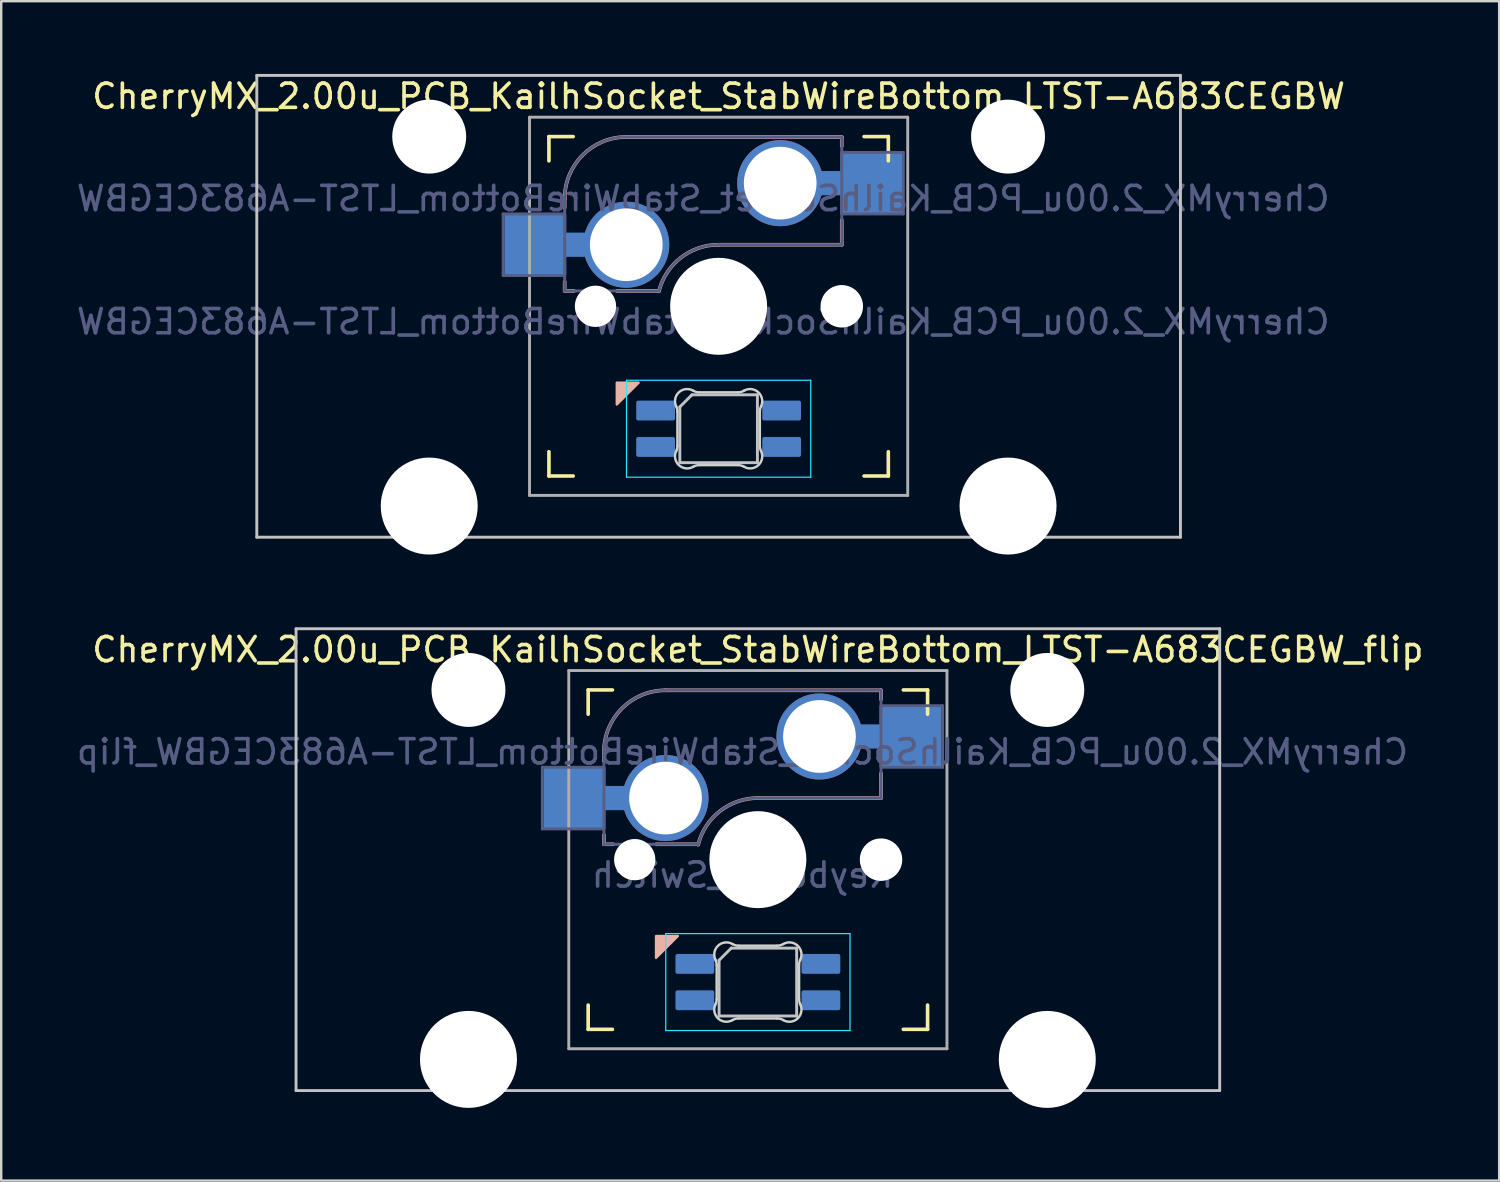
<source format=kicad_pcb>
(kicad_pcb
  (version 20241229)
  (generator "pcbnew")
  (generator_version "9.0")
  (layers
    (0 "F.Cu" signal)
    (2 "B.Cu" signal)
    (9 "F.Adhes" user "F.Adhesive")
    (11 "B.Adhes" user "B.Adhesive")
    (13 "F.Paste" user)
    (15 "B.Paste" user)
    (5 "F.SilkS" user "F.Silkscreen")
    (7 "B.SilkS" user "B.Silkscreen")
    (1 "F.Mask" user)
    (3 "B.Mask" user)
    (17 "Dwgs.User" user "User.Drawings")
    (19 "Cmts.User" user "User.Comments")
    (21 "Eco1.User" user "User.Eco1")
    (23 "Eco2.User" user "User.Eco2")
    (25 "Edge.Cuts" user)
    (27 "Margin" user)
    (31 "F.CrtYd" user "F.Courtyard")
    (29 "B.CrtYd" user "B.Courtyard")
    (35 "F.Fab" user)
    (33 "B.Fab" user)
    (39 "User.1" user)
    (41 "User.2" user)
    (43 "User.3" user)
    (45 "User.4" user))
  (footprint "CherryMX_2.00u_PCB_KailhSocket_StabWireBottom_LTST-A683CEGBW_flip"
    (layer "F.Cu")
    (at 28.212 32.41)
    (property "Reference" "CherryMX_2.00u_PCB_KailhSocket_StabWireBottom_LTST-A683CEGBW_flip" (at 0 -8.662 0) (layer "F.SilkS") (effects (font (size 1 1) (thickness 0.15))))
    (property "Value" "Keyboard_Switch" (at 0 8.662 0) (layer "F.Fab") (hide yes) (effects (font (size 1 1) (thickness 0.15))))
    (attr through_hole)
    (fp_line (start -7 -6) (end -7 -7) (stroke (width 0.15) (type solid)) (layer "F.SilkS"))
    (fp_line (start -7 7) (end -7 6) (stroke (width 0.15) (type solid)) (layer "F.SilkS"))
    (fp_line (start -7 7) (end -6 7) (stroke (width 0.15) (type solid)) (layer "F.SilkS"))
    (fp_line (start -6 -7) (end -7 -7) (stroke (width 0.15) (type solid)) (layer "F.SilkS"))
    (fp_line (start 6 7) (end 7 7) (stroke (width 0.15) (type solid)) (layer "F.SilkS"))
    (fp_line (start 7 -7) (end 6 -7) (stroke (width 0.15) (type solid)) (layer "F.SilkS"))
    (fp_line (start 7 -7) (end 7 -6) (stroke (width 0.15) (type solid)) (layer "F.SilkS"))
    (fp_line (start 7 6) (end 7 7) (stroke (width 0.15) (type solid)) (layer "F.SilkS"))
    (fp_line (start -6.35 -4.445) (end -6.35 -4.064) (stroke (width 0.15) (type solid)) (layer "B.SilkS"))
    (fp_line (start -6.35 -1.016) (end -6.35 -0.635) (stroke (width 0.15) (type solid)) (layer "B.SilkS"))
    (fp_line (start -5.969 -0.635) (end -6.35 -0.635) (stroke (width 0.15) (type solid)) (layer "B.SilkS"))
    (fp_line (start -3.81 -6.985) (end 5.08 -6.985) (stroke (width 0.15) (type solid)) (layer "B.SilkS"))
    (fp_line (start -2.464 -0.635) (end -4.191 -0.635) (stroke (width 0.15) (type solid)) (layer "B.SilkS"))
    (fp_line (start 5.08 -6.985) (end 5.08 -6.604) (stroke (width 0.15) (type solid)) (layer "B.SilkS"))
    (fp_line (start 5.08 -3.556) (end 5.08 -2.54) (stroke (width 0.15) (type solid)) (layer "B.SilkS"))
    (fp_line (start 5.08 -2.54) (end 0 -2.54) (stroke (width 0.15) (type solid)) (layer "B.SilkS"))
    (fp_arc (start -6.35 -4.445) (mid -5.606051 -6.241051) (end -3.81 -6.985) (stroke (width 0.15) (type solid)) (layer "B.SilkS"))
    (fp_arc (start -2.464162 -0.61604) (mid -1.563147 -2.002042) (end 0 -2.54) (stroke (width 0.15) (type solid)) (layer "B.SilkS"))
    (fp_poly (pts (xy -4.2 4.05) (xy -3.3 3.15) (xy -4.2 3.15)) (stroke (width 0.1) (type solid)) (fill yes) (layer "B.SilkS"))
    (fp_line (start -19.05 -9.525) (end 19.05 -9.525) (stroke (width 0.12) (type solid)) (layer "Dwgs.User"))
    (fp_line (start -19.05 9.525) (end -19.05 -9.525) (stroke (width 0.12) (type solid)) (layer "Dwgs.User"))
    (fp_line (start -1.6 4.15) (end -1.6 6.45) (stroke (width 0.12) (type solid)) (layer "Dwgs.User"))
    (fp_line (start -1.6 4.15) (end -1.1 3.65) (stroke (width 0.12) (type solid)) (layer "Dwgs.User"))
    (fp_line (start -1.6 6.45) (end 1.6 6.45) (stroke (width 0.12) (type solid)) (layer "Dwgs.User"))
    (fp_line (start 1.6 3.65) (end -1.1 3.65) (stroke (width 0.12) (type solid)) (layer "Dwgs.User"))
    (fp_line (start 1.6 6.45) (end 1.6 3.65) (stroke (width 0.12) (type solid)) (layer "Dwgs.User"))
    (fp_line (start 19.05 -9.525) (end 19.05 9.525) (stroke (width 0.12) (type solid)) (layer "Dwgs.User"))
    (fp_line (start 19.05 9.525) (end -19.05 9.525) (stroke (width 0.12) (type solid)) (layer "Dwgs.User"))
    (fp_line (start -6.9 6.9) (end -6.9 -6.9) (stroke (width 0.15) (type solid)) (layer "Eco2.User"))
    (fp_line (start -6.9 6.9) (end 6.9 6.9) (stroke (width 0.15) (type solid)) (layer "Eco2.User"))
    (fp_line (start 6.9 -6.9) (end -6.9 -6.9) (stroke (width 0.15) (type solid)) (layer "Eco2.User"))
    (fp_line (start 6.9 -6.9) (end 6.9 6.9) (stroke (width 0.15) (type solid)) (layer "Eco2.User"))
    (fp_line (start -1.7 5.753) (end -1.7 4.347) (stroke (width 0.1) (type solid)) (layer "Edge.Cuts"))
    (fp_line (start -0.794 3.55) (end 0.794 3.55) (stroke (width 0.1) (type solid)) (layer "Edge.Cuts"))
    (fp_line (start 0.794 6.55) (end -0.794 6.55) (stroke (width 0.1) (type solid)) (layer "Edge.Cuts"))
    (fp_line (start 1.7 4.347) (end 1.7 5.753) (stroke (width 0.1) (type solid)) (layer "Edge.Cuts"))
    (fp_arc (start -1.749484 4.13028) (mid -1.712527 4.235932) (end -1.699999 4.347158) (stroke (width 0.1) (type solid)) (layer "Edge.Cuts"))
    (fp_arc (start -1.749484 4.130281) (mid -1.638072 3.545965) (end -1.046711 3.481701) (stroke (width 0.1) (type solid)) (layer "Edge.Cuts"))
    (fp_arc (start -1.699999 5.752843) (mid -1.712527 5.864068) (end -1.749484 5.96972) (stroke (width 0.1) (type solid)) (layer "Edge.Cuts"))
    (fp_arc (start -1.046711 6.618298) (mid -1.638071 6.554034) (end -1.749484 5.96972) (stroke (width 0.1) (type solid)) (layer "Edge.Cuts"))
    (fp_arc (start -1.046711 6.618298) (mid -0.925123 6.567376) (end -0.794453 6.549999) (stroke (width 0.1) (type solid)) (layer "Edge.Cuts"))
    (fp_arc (start -0.794452 3.55) (mid -0.925123 3.532623) (end -1.046711 3.481701) (stroke (width 0.1) (type solid)) (layer "Edge.Cuts"))
    (fp_arc (start 0.794453 6.55) (mid 0.925123 6.567377) (end 1.046711 6.618299) (stroke (width 0.1) (type solid)) (layer "Edge.Cuts"))
    (fp_arc (start 1.04671 3.481701) (mid 0.925122 3.532623) (end 0.794452 3.55) (stroke (width 0.1) (type solid)) (layer "Edge.Cuts"))
    (fp_arc (start 1.046711 3.481703) (mid 1.63807 3.545966) (end 1.749484 4.13028) (stroke (width 0.1) (type solid)) (layer "Edge.Cuts"))
    (fp_arc (start 1.699999 4.347157) (mid 1.712527 4.235932) (end 1.749484 4.13028) (stroke (width 0.1) (type solid)) (layer "Edge.Cuts"))
    (fp_arc (start 1.749484 5.96972) (mid 1.638071 6.554035) (end 1.046711 6.618299) (stroke (width 0.1) (type solid)) (layer "Edge.Cuts"))
    (fp_arc (start 1.749484 5.96972) (mid 1.712527 5.864068) (end 1.699999 5.752842) (stroke (width 0.1) (type solid)) (layer "Edge.Cuts"))
    (fp_line (start -3.8 3.05) (end -3.8 7.05) (stroke (width 0.05) (type solid)) (layer "B.CrtYd"))
    (fp_line (start -3.8 7.05) (end 3.8 7.05) (stroke (width 0.05) (type solid)) (layer "B.CrtYd"))
    (fp_line (start 3.8 3.05) (end -3.8 3.05) (stroke (width 0.05) (type solid)) (layer "B.CrtYd"))
    (fp_line (start 3.8 7.05) (end 3.8 3.05) (stroke (width 0.05) (type solid)) (layer "B.CrtYd"))
    (fp_line (start -8.89 -3.81) (end -6.35 -3.81) (stroke (width 0.12) (type solid)) (layer "B.Fab"))
    (fp_line (start -8.89 -1.27) (end -8.89 -3.81) (stroke (width 0.12) (type solid)) (layer "B.Fab"))
    (fp_line (start -6.35 -1.27) (end -8.89 -1.27) (stroke (width 0.12) (type solid)) (layer "B.Fab"))
    (fp_line (start -6.35 -0.635) (end -6.35 -4.445) (stroke (width 0.12) (type solid)) (layer "B.Fab"))
    (fp_line (start -6.35 -0.635) (end -2.54 -0.635) (stroke (width 0.12) (type solid)) (layer "B.Fab"))
    (fp_line (start -3.81 -6.985) (end 5.08 -6.985) (stroke (width 0.12) (type solid)) (layer "B.Fab"))
    (fp_line (start 5.08 -6.985) (end 5.08 -2.54) (stroke (width 0.12) (type solid)) (layer "B.Fab"))
    (fp_line (start 5.08 -6.35) (end 7.62 -6.35) (stroke (width 0.12) (type solid)) (layer "B.Fab"))
    (fp_line (start 5.08 -2.54) (end 0 -2.54) (stroke (width 0.12) (type solid)) (layer "B.Fab"))
    (fp_line (start 7.62 -6.35) (end 7.62 -3.81) (stroke (width 0.12) (type solid)) (layer "B.Fab"))
    (fp_line (start 7.62 -3.81) (end 5.08 -3.81) (stroke (width 0.12) (type solid)) (layer "B.Fab"))
    (fp_arc (start -6.35 -4.445) (mid -5.606051 -6.241051) (end -3.81 -6.985) (stroke (width 0.12) (type solid)) (layer "B.Fab"))
    (fp_arc (start -2.464162 -0.61604) (mid -1.563147 -2.002042) (end 0 -2.54) (stroke (width 0.12) (type solid)) (layer "B.Fab"))
    (fp_line (start -7.8 -7.8) (end -7.8 7.8) (stroke (width 0.12) (type solid)) (layer "F.Fab"))
    (fp_line (start -7.8 -7.8) (end 7.8 -7.8) (stroke (width 0.12) (type solid)) (layer "F.Fab"))
    (fp_line (start -7.8 7.8) (end 7.8 7.8) (stroke (width 0.12) (type solid)) (layer "F.Fab"))
    (fp_line (start 7.8 -7.8) (end 7.8 7.8) (stroke (width 0.12) (type solid)) (layer "F.Fab"))
    (fp_text user "${VALUE}" (at -0.635 0.635 0) (layer "B.Fab") (effects (font (size 1 1) (thickness 0.15)) (justify mirror)))
    (fp_text user "${REFERENCE}" (at -0.635 -4.445 0) (layer "B.Fab") (effects (font (size 1 1) (thickness 0.15)) (justify mirror)))
    (pad "" np_thru_hole circle (at -11.938 -7) (size 3.05 3.05) (drill 3.05) (layers "*.Cu" "*.Mask"))
    (pad "" np_thru_hole circle (at -11.938 8.24) (size 4 4) (drill 4) (layers "*.Cu" "*.Mask"))
    (pad "" np_thru_hole circle (at -5.08 0) (size 1.702 1.702) (drill 1.702) (layers "*.Cu" "*.Mask"))
    (pad "" np_thru_hole circle (at 0 0) (size 4 4) (drill 4) (layers "*.Cu" "*.Mask"))
    (pad "" np_thru_hole circle (at 5.08 0) (size 1.702 1.702) (drill 1.702) (layers "*.Cu" "*.Mask"))
    (pad "" np_thru_hole circle (at 5.08 0) (size 1.75 1.75) (drill 1.75) (layers "*.Cu" "*.Mask"))
    (pad "" np_thru_hole circle (at 11.938 -7) (size 3.05 3.05) (drill 3.05) (layers "*.Cu" "*.Mask"))
    (pad "" np_thru_hole circle (at 11.938 8.24) (size 4 4) (drill 4) (layers "*.Cu" "*.Mask"))
    (pad "1" thru_hole circle (at 2.54 -5.08) (size 3.55 3.55) (drill 3) (layers "*.Cu"))
    (pad "1" connect rect (at 5.015 -5.08 270) (size 1 2.5) (layers "B.Cu"))
    (pad "1" smd rect (at 6.29 -5.08) (size 2.55 2.5) (layers "B.Cu" "B.Mask" "B.Paste"))
    (pad "2" smd rect (at -7.56 -2.54) (size 2.55 2.5) (layers "B.Cu" "B.Mask" "B.Paste"))
    (pad "2" connect rect (at -5.715 -2.54 90) (size 1 2.5) (layers "B.Cu"))
    (pad "2" thru_hole circle (at -3.81 -2.54) (size 3.55 3.55) (drill 3) (layers "*.Cu"))
    (pad "3" smd roundrect (at -2.6 4.3 90) (size 0.82 1.6) (layers "B.Cu" "B.Mask" "B.Paste") (roundrect_rratio 0.1))
    (pad "4" smd roundrect (at -2.6 5.8 90) (size 0.82 1.6) (layers "B.Cu" "B.Mask" "B.Paste") (roundrect_rratio 0.1))
    (pad "5" smd roundrect (at 2.6 4.3 90) (size 0.82 1.6) (layers "B.Cu" "B.Mask" "B.Paste") (roundrect_rratio 0.1))
    (pad "6" smd roundrect (at 2.6 5.8 90) (size 0.82 1.6) (layers "B.Cu" "B.Mask" "B.Paste") (roundrect_rratio 0.1)))
  (footprint "CherryMX_2.00u_PCB_KailhSocket_StabWireBottom_LTST-A683CEGBW"
    (layer "F.Cu")
    (at 26.593 9.585)
    (property "Reference" "CherryMX_2.00u_PCB_KailhSocket_StabWireBottom_LTST-A683CEGBW" (at 0 -8.662 0) (layer "F.SilkS") (effects (font (size 1 1) (thickness 0.15))))
    (property "Value" "CherryMX_2.00u_PCB_KailhSocket_StabWireBottom_LTST-A683CEGBW" (at 0 8.662 0) (layer "F.Fab") (hide yes) (effects (font (size 1 1) (thickness 0.15))))
    (attr through_hole)
    (fp_line (start -7 -6) (end -7 -7) (stroke (width 0.15) (type solid)) (layer "F.SilkS"))
    (fp_line (start -7 7) (end -7 6) (stroke (width 0.15) (type solid)) (layer "F.SilkS"))
    (fp_line (start -7 7) (end -6 7) (stroke (width 0.15) (type solid)) (layer "F.SilkS"))
    (fp_line (start -6 -7) (end -7 -7) (stroke (width 0.15) (type solid)) (layer "F.SilkS"))
    (fp_line (start 6 7) (end 7 7) (stroke (width 0.15) (type solid)) (layer "F.SilkS"))
    (fp_line (start 7 -7) (end 6 -7) (stroke (width 0.15) (type solid)) (layer "F.SilkS"))
    (fp_line (start 7 -7) (end 7 -6) (stroke (width 0.15) (type solid)) (layer "F.SilkS"))
    (fp_line (start 7 6) (end 7 7) (stroke (width 0.15) (type solid)) (layer "F.SilkS"))
    (fp_line (start -6.35 -4.445) (end -6.35 -4.064) (stroke (width 0.15) (type solid)) (layer "B.SilkS"))
    (fp_line (start -6.35 -1.016) (end -6.35 -0.635) (stroke (width 0.15) (type solid)) (layer "B.SilkS"))
    (fp_line (start -5.969 -0.635) (end -6.35 -0.635) (stroke (width 0.15) (type solid)) (layer "B.SilkS"))
    (fp_line (start -3.81 -6.985) (end 5.08 -6.985) (stroke (width 0.15) (type solid)) (layer "B.SilkS"))
    (fp_line (start -2.464 -0.635) (end -4.191 -0.635) (stroke (width 0.15) (type solid)) (layer "B.SilkS"))
    (fp_line (start 5.08 -6.985) (end 5.08 -6.604) (stroke (width 0.15) (type solid)) (layer "B.SilkS"))
    (fp_line (start 5.08 -3.556) (end 5.08 -2.54) (stroke (width 0.15) (type solid)) (layer "B.SilkS"))
    (fp_line (start 5.08 -2.54) (end 0 -2.54) (stroke (width 0.15) (type solid)) (layer "B.SilkS"))
    (fp_arc (start -6.35 -4.445) (mid -5.606051 -6.241051) (end -3.81 -6.985) (stroke (width 0.15) (type solid)) (layer "B.SilkS"))
    (fp_arc (start -2.464162 -0.61604) (mid -1.563147 -2.002042) (end 0 -2.54) (stroke (width 0.15) (type solid)) (layer "B.SilkS"))
    (fp_poly (pts (xy -4.2 4.05) (xy -3.3 3.15) (xy -4.2 3.15)) (stroke (width 0.1) (type solid)) (fill yes) (layer "B.SilkS"))
    (fp_line (start -19.05 -9.525) (end 19.05 -9.525) (stroke (width 0.12) (type solid)) (layer "Dwgs.User"))
    (fp_line (start -19.05 9.525) (end -19.05 -9.525) (stroke (width 0.12) (type solid)) (layer "Dwgs.User"))
    (fp_line (start -1.6 4.15) (end -1.6 6.45) (stroke (width 0.12) (type solid)) (layer "Dwgs.User"))
    (fp_line (start -1.6 4.15) (end -1.1 3.65) (stroke (width 0.12) (type solid)) (layer "Dwgs.User"))
    (fp_line (start -1.6 6.45) (end 1.6 6.45) (stroke (width 0.12) (type solid)) (layer "Dwgs.User"))
    (fp_line (start 1.6 3.65) (end -1.1 3.65) (stroke (width 0.12) (type solid)) (layer "Dwgs.User"))
    (fp_line (start 1.6 6.45) (end 1.6 3.65) (stroke (width 0.12) (type solid)) (layer "Dwgs.User"))
    (fp_line (start 19.05 -9.525) (end 19.05 9.525) (stroke (width 0.12) (type solid)) (layer "Dwgs.User"))
    (fp_line (start 19.05 9.525) (end -19.05 9.525) (stroke (width 0.12) (type solid)) (layer "Dwgs.User"))
    (fp_line (start -6.9 6.9) (end -6.9 -6.9) (stroke (width 0.15) (type solid)) (layer "Eco2.User"))
    (fp_line (start -6.9 6.9) (end 6.9 6.9) (stroke (width 0.15) (type solid)) (layer "Eco2.User"))
    (fp_line (start 6.9 -6.9) (end -6.9 -6.9) (stroke (width 0.15) (type solid)) (layer "Eco2.User"))
    (fp_line (start 6.9 -6.9) (end 6.9 6.9) (stroke (width 0.15) (type solid)) (layer "Eco2.User"))
    (fp_line (start -1.7 5.753) (end -1.7 4.347) (stroke (width 0.1) (type solid)) (layer "Edge.Cuts"))
    (fp_line (start -0.794 3.55) (end 0.794 3.55) (stroke (width 0.1) (type solid)) (layer "Edge.Cuts"))
    (fp_line (start 0.794 6.55) (end -0.794 6.55) (stroke (width 0.1) (type solid)) (layer "Edge.Cuts"))
    (fp_line (start 1.7 4.347) (end 1.7 5.753) (stroke (width 0.1) (type solid)) (layer "Edge.Cuts"))
    (fp_arc (start -1.749484 4.13028) (mid -1.712527 4.235932) (end -1.699999 4.347158) (stroke (width 0.1) (type solid)) (layer "Edge.Cuts"))
    (fp_arc (start -1.749484 4.130281) (mid -1.638072 3.545965) (end -1.046711 3.481701) (stroke (width 0.1) (type solid)) (layer "Edge.Cuts"))
    (fp_arc (start -1.699999 5.752843) (mid -1.712527 5.864068) (end -1.749484 5.96972) (stroke (width 0.1) (type solid)) (layer "Edge.Cuts"))
    (fp_arc (start -1.046711 6.618298) (mid -1.63807 6.554034) (end -1.749484 5.96972) (stroke (width 0.1) (type solid)) (layer "Edge.Cuts"))
    (fp_arc (start -1.046711 6.618298) (mid -0.925123 6.567376) (end -0.794453 6.549999) (stroke (width 0.1) (type solid)) (layer "Edge.Cuts"))
    (fp_arc (start -0.794452 3.55) (mid -0.925123 3.532623) (end -1.046711 3.481701) (stroke (width 0.1) (type solid)) (layer "Edge.Cuts"))
    (fp_arc (start 0.794453 6.55) (mid 0.925123 6.567377) (end 1.046711 6.618299) (stroke (width 0.1) (type solid)) (layer "Edge.Cuts"))
    (fp_arc (start 1.04671 3.481701) (mid 0.925122 3.532623) (end 0.794452 3.55) (stroke (width 0.1) (type solid)) (layer "Edge.Cuts"))
    (fp_arc (start 1.046711 3.481703) (mid 1.63807 3.545966) (end 1.749484 4.13028) (stroke (width 0.1) (type solid)) (layer "Edge.Cuts"))
    (fp_arc (start 1.699999 4.347157) (mid 1.712527 4.235932) (end 1.749484 4.13028) (stroke (width 0.1) (type solid)) (layer "Edge.Cuts"))
    (fp_arc (start 1.749484 5.96972) (mid 1.638071 6.554035) (end 1.046711 6.618299) (stroke (width 0.1) (type solid)) (layer "Edge.Cuts"))
    (fp_arc (start 1.749484 5.96972) (mid 1.712527 5.864068) (end 1.699999 5.752842) (stroke (width 0.1) (type solid)) (layer "Edge.Cuts"))
    (fp_line (start -3.8 3.05) (end -3.8 7.05) (stroke (width 0.05) (type solid)) (layer "B.CrtYd"))
    (fp_line (start -3.8 7.05) (end 3.8 7.05) (stroke (width 0.05) (type solid)) (layer "B.CrtYd"))
    (fp_line (start 3.8 3.05) (end -3.8 3.05) (stroke (width 0.05) (type solid)) (layer "B.CrtYd"))
    (fp_line (start 3.8 7.05) (end 3.8 3.05) (stroke (width 0.05) (type solid)) (layer "B.CrtYd"))
    (fp_line (start -8.89 -3.81) (end -6.35 -3.81) (stroke (width 0.12) (type solid)) (layer "B.Fab"))
    (fp_line (start -8.89 -1.27) (end -8.89 -3.81) (stroke (width 0.12) (type solid)) (layer "B.Fab"))
    (fp_line (start -6.35 -1.27) (end -8.89 -1.27) (stroke (width 0.12) (type solid)) (layer "B.Fab"))
    (fp_line (start -6.35 -0.635) (end -6.35 -4.445) (stroke (width 0.12) (type solid)) (layer "B.Fab"))
    (fp_line (start -6.35 -0.635) (end -2.54 -0.635) (stroke (width 0.12) (type solid)) (layer "B.Fab"))
    (fp_line (start -3.81 -6.985) (end 5.08 -6.985) (stroke (width 0.12) (type solid)) (layer "B.Fab"))
    (fp_line (start 5.08 -6.985) (end 5.08 -2.54) (stroke (width 0.12) (type solid)) (layer "B.Fab"))
    (fp_line (start 5.08 -6.35) (end 7.62 -6.35) (stroke (width 0.12) (type solid)) (layer "B.Fab"))
    (fp_line (start 5.08 -2.54) (end 0 -2.54) (stroke (width 0.12) (type solid)) (layer "B.Fab"))
    (fp_line (start 7.62 -6.35) (end 7.62 -3.81) (stroke (width 0.12) (type solid)) (layer "B.Fab"))
    (fp_line (start 7.62 -3.81) (end 5.08 -3.81) (stroke (width 0.12) (type solid)) (layer "B.Fab"))
    (fp_arc (start -6.35 -4.445) (mid -5.606051 -6.241051) (end -3.81 -6.985) (stroke (width 0.12) (type solid)) (layer "B.Fab"))
    (fp_arc (start -2.464162 -0.61604) (mid -1.563147 -2.002042) (end 0 -2.54) (stroke (width 0.12) (type solid)) (layer "B.Fab"))
    (fp_line (start -7.8 -7.8) (end -7.8 7.8) (stroke (width 0.12) (type solid)) (layer "F.Fab"))
    (fp_line (start -7.8 -7.8) (end 7.8 -7.8) (stroke (width 0.12) (type solid)) (layer "F.Fab"))
    (fp_line (start -7.8 7.8) (end 7.8 7.8) (stroke (width 0.12) (type solid)) (layer "F.Fab"))
    (fp_line (start 7.8 -7.8) (end 7.8 7.8) (stroke (width 0.12) (type solid)) (layer "F.Fab"))
    (fp_text user "${VALUE}" (at -0.635 0.635 0) (layer "B.Fab") (effects (font (size 1 1) (thickness 0.15)) (justify mirror)))
    (fp_text user "${REFERENCE}" (at -0.635 -4.445 0) (layer "B.Fab") (effects (font (size 1 1) (thickness 0.15)) (justify mirror)))
    (pad "" np_thru_hole circle (at -11.938 -7) (size 3.05 3.05) (drill 3.05) (layers "*.Cu" "*.Mask"))
    (pad "" np_thru_hole circle (at -11.938 8.24) (size 4 4) (drill 4) (layers "*.Cu" "*.Mask"))
    (pad "" np_thru_hole circle (at -5.08 0) (size 1.702 1.702) (drill 1.702) (layers "*.Cu" "*.Mask"))
    (pad "" np_thru_hole circle (at 0 0) (size 4 4) (drill 4) (layers "*.Cu" "*.Mask"))
    (pad "" np_thru_hole circle (at 5.08 0) (size 1.702 1.702) (drill 1.702) (layers "*.Cu" "*.Mask"))
    (pad "" np_thru_hole circle (at 5.08 0) (size 1.75 1.75) (drill 1.75) (layers "*.Cu" "*.Mask"))
    (pad "" np_thru_hole circle (at 11.938 -7) (size 3.05 3.05) (drill 3.05) (layers "*.Cu" "*.Mask"))
    (pad "" np_thru_hole circle (at 11.938 8.24) (size 4 4) (drill 4) (layers "*.Cu" "*.Mask"))
    (pad "1" smd rect (at -7.56 -2.54) (size 2.55 2.5) (layers "B.Cu" "B.Mask" "B.Paste"))
    (pad "1" connect rect (at -5.715 -2.54 90) (size 1 2.5) (layers "B.Cu"))
    (pad "1" thru_hole circle (at -3.81 -2.54) (size 3.55 3.55) (drill 3) (layers "*.Cu"))
    (pad "2" thru_hole circle (at 2.54 -5.08) (size 3.55 3.55) (drill 3) (layers "*.Cu"))
    (pad "2" connect rect (at 5.015 -5.08 270) (size 1 2.5) (layers "B.Cu"))
    (pad "2" smd rect (at 6.29 -5.08) (size 2.55 2.5) (layers "B.Cu" "B.Mask" "B.Paste"))
    (pad "3" smd roundrect (at -2.6 4.3 90) (size 0.82 1.6) (layers "B.Cu" "B.Mask" "B.Paste") (roundrect_rratio 0.1))
    (pad "4" smd roundrect (at -2.6 5.8 90) (size 0.82 1.6) (layers "B.Cu" "B.Mask" "B.Paste") (roundrect_rratio 0.1))
    (pad "5" smd roundrect (at 2.6 4.3 90) (size 0.82 1.6) (layers "B.Cu" "B.Mask" "B.Paste") (roundrect_rratio 0.1))
    (pad "6" smd roundrect (at 2.6 5.8 90) (size 0.82 1.6) (layers "B.Cu" "B.Mask" "B.Paste") (roundrect_rratio 0.1)))
  (gr_rect
    (start -3 -3)
    (end 58.79 45.65)
    (stroke (width 0.1) (type default))
    (fill no)
    (layer "Edge.Cuts")))
</source>
